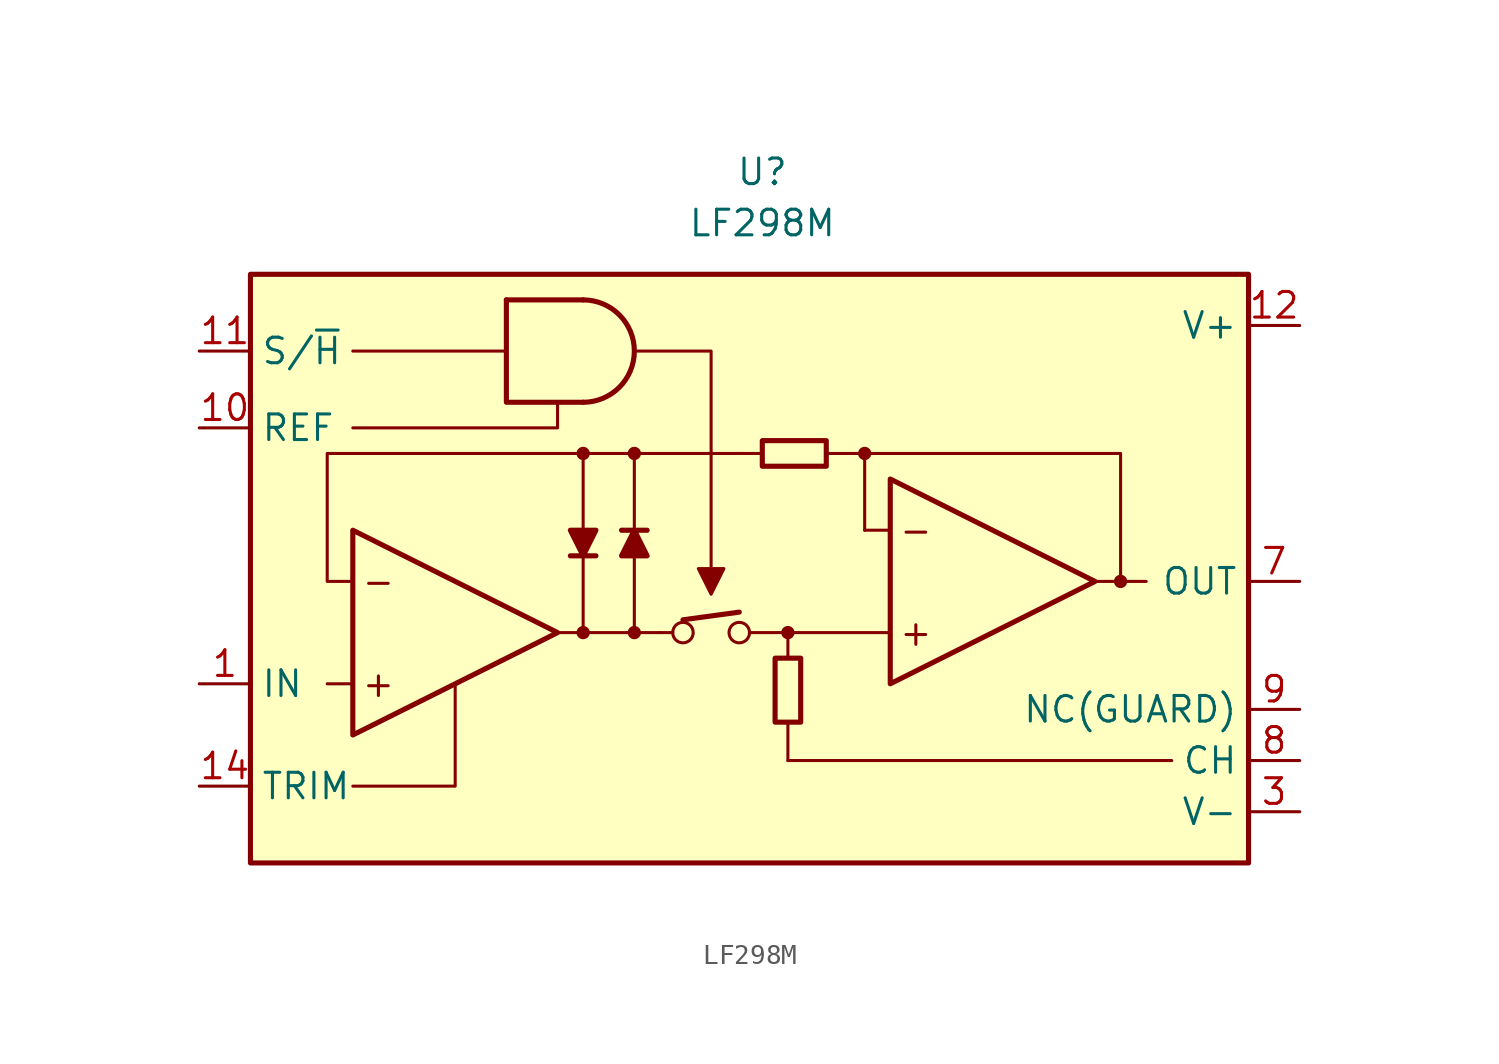
<source format=kicad_sym>
(kicad_symbol_lib
  (version 20211014)
  (generator kicad_symbol_editor)
  (symbol "LF298M"
    (property "Reference" "U"
      (at 0 20.32 0)
      (effects (font (size 1.27 1.27))))
    (property "Value" "LF298M"
      (at 0 17.78 0)
      (effects (font (size 1.27 1.27))))
    (symbol "LF298M_0_0"
      (circle (center -8.89 -2.54) (radius 0.254) (stroke (width 0.152) (type default) (color 0 0 0 0)) (fill (type outline)))
      (circle (center -8.89 6.35) (radius 0.254) (stroke (width 0.152) (type default) (color 0 0 0 0)) (fill (type outline)))
      (circle (center -6.35 -2.54) (radius 0.254) (stroke (width 0.152) (type default) (color 0 0 0 0)) (fill (type outline)))
      (circle (center -6.35 6.35) (radius 0.254) (stroke (width 0.152) (type default) (color 0 0 0 0)) (fill (type outline)))
      (circle (center -3.937 -2.54) (radius 0.508) (stroke (width 0) (type default) (color 0 0 0 0)) (fill (type none)))
      (circle (center -1.143 -2.54) (radius 0.508) (stroke (width 0) (type default) (color 0 0 0 0)) (fill (type none)))
      (polyline (pts (xy -20.32 -5.08) (xy -21.59 -5.08)) (stroke (width 0.152) (type default) (color 0 0 0 0)) (fill (type none)))
      (polyline (pts (xy -12.7 11.43) (xy -20.32 11.43)) (stroke (width 0.152) (type default) (color 0 0 0 0)) (fill (type none)))
      (polyline (pts (xy -5.08 -2.54) (xy -4.445 -2.54)) (stroke (width 0.152) (type default) (color 0 0 0 0)) (fill (type none)))
      (polyline (pts (xy -3.937 -1.905) (xy -1.143 -1.524)) (stroke (width 0.254) (type default) (color 0 0 0 0)) (fill (type none)))
      (polyline (pts (xy 0 6.35) (xy -1.27 6.35)) (stroke (width 0.152) (type default) (color 0 0 0 0)) (fill (type none)))
      (polyline (pts (xy 1.27 -6.985) (xy 1.27 -8.89)) (stroke (width 0.152) (type default) (color 0 0 0 0)) (fill (type none)))
      (polyline (pts (xy 16.51 0) (xy 17.78 0)) (stroke (width 0.152) (type default) (color 0 0 0 0)) (fill (type none)))
      (polyline (pts (xy 17.78 0) (xy 19.05 0)) (stroke (width 0.152) (type default) (color 0 0 0 0)) (fill (type none)))
      (polyline (pts (xy -20.32 -10.16) (xy -15.24 -10.16) (xy -15.24 -5.08)) (stroke (width 0.152) (type default) (color 0 0 0 0)) (fill (type none)))
      (polyline (pts (xy -10.16 8.89) (xy -10.16 7.62) (xy -20.32 7.62)) (stroke (width 0.152) (type default) (color 0 0 0 0)) (fill (type none)))
      (polyline (pts (xy -6.35 11.43) (xy -2.54 11.43) (xy -2.54 0)) (stroke (width 0.152) (type default) (color 0 0 0 0)) (fill (type none)))
      (polyline (pts (xy -2.54 -0.635) (xy -3.175 0.635) (xy -1.905 0.635) (xy -2.54 -0.635)) (stroke (width 0.152) (type default) (color 0 0 0 0)) (fill (type outline)))
      (circle (center 1.27 -2.54) (radius 0.254) (stroke (width 0.152) (type default) (color 0 0 0 0)) (fill (type outline)))
      (circle (center 5.08 6.35) (radius 0.254) (stroke (width 0.152) (type default) (color 0 0 0 0)) (fill (type outline)))
      (circle (center 17.78 0) (radius 0.254) (stroke (width 0.152) (type default) (color 0 0 0 0)) (fill (type outline)))
      (text "+" (at -19.05 -5.08 0) (effects (font (size 1.27 1.27))))
      (text "+" (at 7.62 -2.54 0) (effects (font (size 1.27 1.27))))
      (text "-" (at -19.05 0 0) (effects (font (size 1.27 1.27))))
      (text "-" (at 7.62 2.54 0) (effects (font (size 1.27 1.27)))))
    (symbol "LF298M_0_1"
      (rectangle (start -25.4 15.24) (end 24.13 -13.97) (stroke (width 0.254) (type default) (color 0 0 0 0)) (fill (type background)))
      (arc (start -8.89 8.89) (mid -6.35 11.43) (end -8.89 13.97) (stroke (width 0.254) (type default) (color 0 0 0 0)) (fill (type none)))
      (polyline (pts (xy -12.7 13.97) (xy -8.89 13.97)) (stroke (width 0.254) (type default) (color 0 0 0 0)) (fill (type none)))
      (polyline (pts (xy -9.525 1.27) (xy -8.255 1.27)) (stroke (width 0.254) (type default) (color 0 0 0 0)) (fill (type none)))
      (polyline (pts (xy -8.89 1.27) (xy -8.89 -2.54)) (stroke (width 0.152) (type default) (color 0 0 0 0)) (fill (type none)))
      (polyline (pts (xy -8.89 2.54) (xy -8.89 6.35)) (stroke (width 0.152) (type default) (color 0 0 0 0)) (fill (type none)))
      (polyline (pts (xy -6.35 1.27) (xy -6.35 -2.54)) (stroke (width 0.152) (type default) (color 0 0 0 0)) (fill (type none)))
      (polyline (pts (xy -6.35 2.54) (xy -6.35 6.35)) (stroke (width 0.152) (type default) (color 0 0 0 0)) (fill (type none)))
      (polyline (pts (xy -5.715 2.54) (xy -6.985 2.54)) (stroke (width 0.254) (type default) (color 0 0 0 0)) (fill (type none)))
      (polyline (pts (xy -5.08 -2.54) (xy -10.16 -2.54)) (stroke (width 0.152) (type default) (color 0 0 0 0)) (fill (type none)))
      (polyline (pts (xy 1.27 -8.89) (xy 20.32 -8.89)) (stroke (width 0.152) (type default) (color 0 0 0 0)) (fill (type none)))
      (polyline (pts (xy 1.27 -3.81) (xy 1.27 -2.54)) (stroke (width 0.152) (type default) (color 0 0 0 0)) (fill (type none)))
      (polyline (pts (xy 5.08 2.54) (xy 5.08 6.35)) (stroke (width 0.152) (type default) (color 0 0 0 0)) (fill (type none)))
      (polyline (pts (xy 6.35 -2.54) (xy -0.635 -2.54)) (stroke (width 0.152) (type default) (color 0 0 0 0)) (fill (type none)))
      (polyline (pts (xy 6.35 2.54) (xy 5.08 2.54)) (stroke (width 0.152) (type default) (color 0 0 0 0)) (fill (type none)))
      (polyline (pts (xy -12.7 13.97) (xy -12.7 8.89) (xy -8.89 8.89)) (stroke (width 0.254) (type default) (color 0 0 0 0)) (fill (type none)))
      (polyline (pts (xy 3.175 6.35) (xy 17.78 6.35) (xy 17.78 0)) (stroke (width 0.152) (type default) (color 0 0 0 0)) (fill (type none)))
      (polyline (pts (xy -20.32 2.54) (xy -20.32 -7.62) (xy -10.16 -2.54) (xy -20.32 2.54)) (stroke (width 0.254) (type default) (color 0 0 0 0)) (fill (type none)))
      (polyline (pts (xy -8.89 1.27) (xy -9.525 2.54) (xy -8.255 2.54) (xy -8.89 1.27)) (stroke (width 0.254) (type default) (color 0 0 0 0)) (fill (type outline)))
      (polyline (pts (xy -6.35 2.54) (xy -5.715 1.27) (xy -6.985 1.27) (xy -6.35 2.54)) (stroke (width 0.254) (type default) (color 0 0 0 0)) (fill (type outline)))
      (polyline (pts (xy -1.27 6.35) (xy -21.59 6.35) (xy -21.59 0) (xy -20.32 0)) (stroke (width 0.152) (type default) (color 0 0 0 0)) (fill (type none)))
      (polyline (pts (xy 6.35 5.08) (xy 6.35 -5.08) (xy 16.51 0) (xy 6.35 5.08)) (stroke (width 0.254) (type default) (color 0 0 0 0)) (fill (type none)))
      (rectangle (start 0 5.715) (end 3.175 6.985) (stroke (width 0.254) (type default) (color 0 0 0 0)) (fill (type none)))
      (rectangle (start 0.635 -3.81) (end 1.905 -6.985) (stroke (width 0.254) (type default) (color 0 0 0 0)) (fill (type none))))
    (symbol "LF298M_1_1"
      (pin input line (at -27.94 -5.08 0) (length 2.54) (name "IN" (effects (font (size 1.27 1.27)))) (number "1" (effects (font (size 1.27 1.27)))))
      (pin input line (at -27.94 7.62 0) (length 2.54) (name "REF" (effects (font (size 1.27 1.27)))) (number "10" (effects (font (size 1.27 1.27)))))
      (pin input line (at -27.94 11.43 0) (length 2.54) (name "S/~{H}" (effects (font (size 1.27 1.27)))) (number "11" (effects (font (size 1.27 1.27)))))
      (pin power_in line (at 26.67 12.7 180) (length 2.54) (name "V+" (effects (font (size 1.27 1.27)))) (number "12" (effects (font (size 1.27 1.27)))))
      (pin passive line (at -27.94 -10.16 0) (length 2.54) (name "TRIM" (effects (font (size 1.27 1.27)))) (number "14" (effects (font (size 1.27 1.27)))))
      (pin power_in line (at 26.67 -11.43 180) (length 2.54) (name "V-" (effects (font (size 1.27 1.27)))) (number "3" (effects (font (size 1.27 1.27)))))
      (pin output line (at 26.67 0 180) (length 2.54) (name "OUT" (effects (font (size 1.27 1.27)))) (number "7" (effects (font (size 1.27 1.27)))))
      (pin passive line (at 26.67 -8.89 180) (length 2.54) (name "CH" (effects (font (size 1.27 1.27)))) (number "8" (effects (font (size 1.27 1.27)))))
      (pin passive line (at 26.67 -6.35 180) (length 2.54) (name "NC(GUARD)" (effects (font (size 1.27 1.27)))) (number "9" (effects (font (size 1.27 1.27))))))))
</source>
